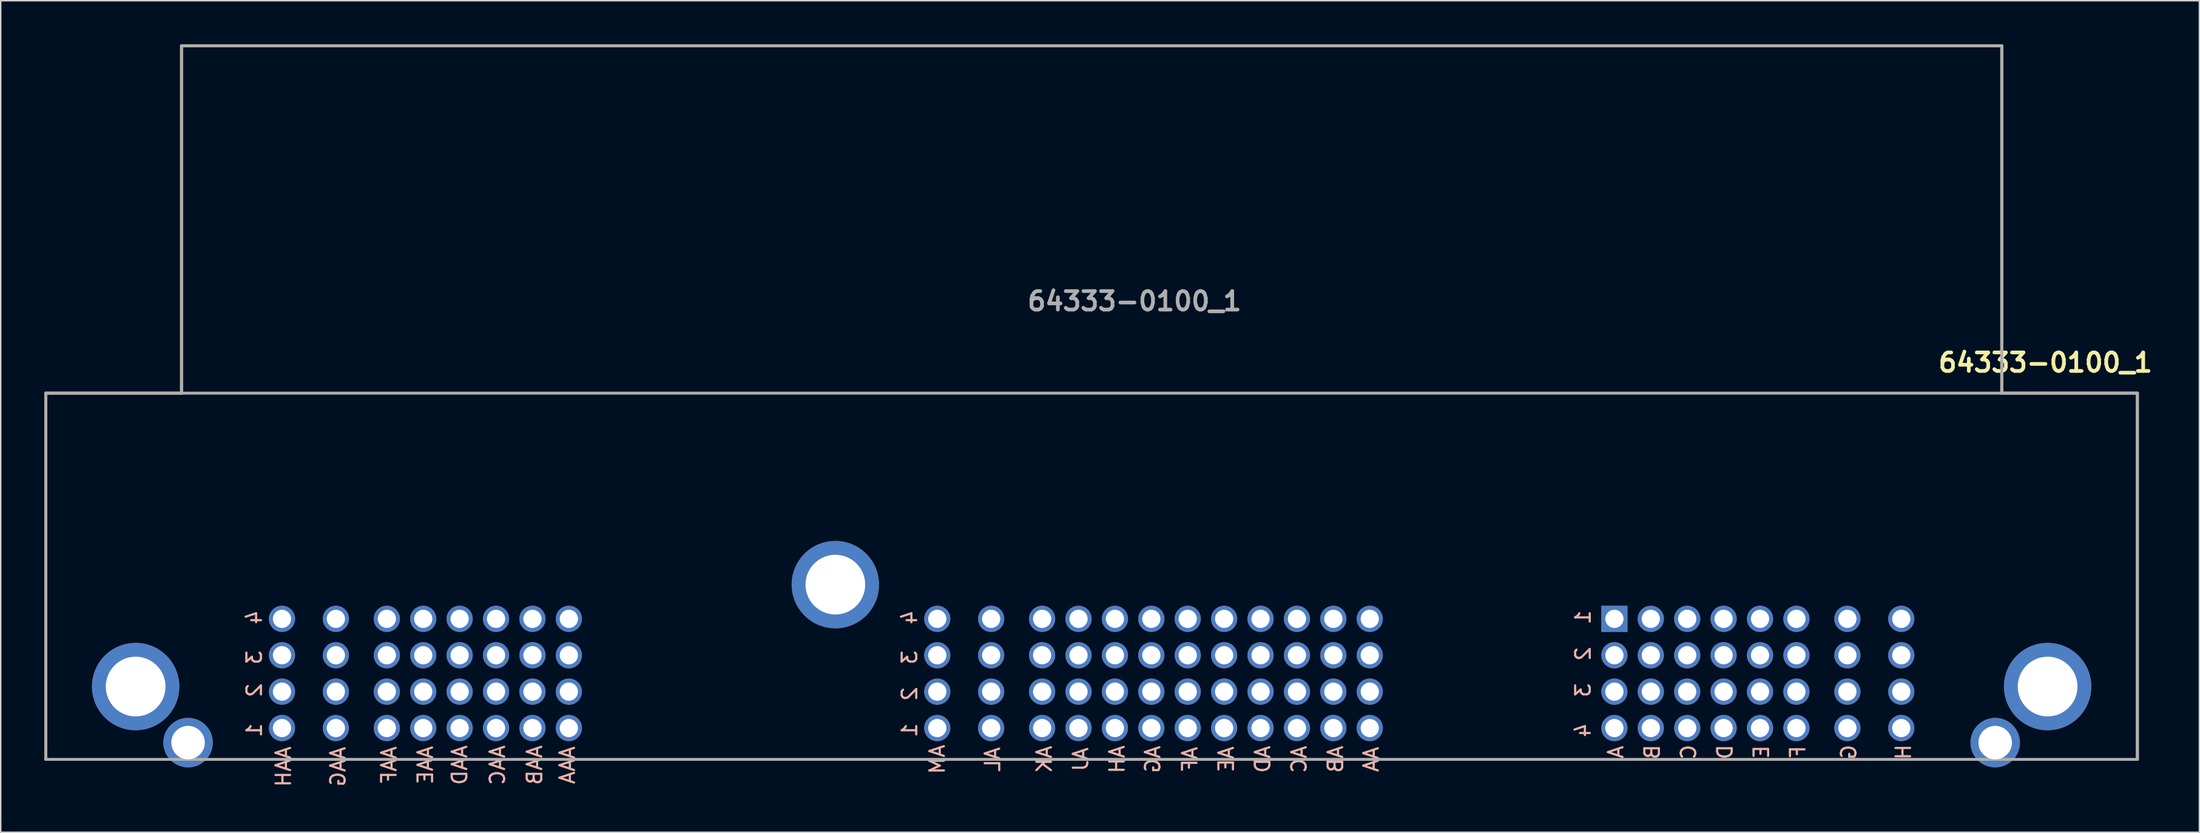
<source format=kicad_pcb>
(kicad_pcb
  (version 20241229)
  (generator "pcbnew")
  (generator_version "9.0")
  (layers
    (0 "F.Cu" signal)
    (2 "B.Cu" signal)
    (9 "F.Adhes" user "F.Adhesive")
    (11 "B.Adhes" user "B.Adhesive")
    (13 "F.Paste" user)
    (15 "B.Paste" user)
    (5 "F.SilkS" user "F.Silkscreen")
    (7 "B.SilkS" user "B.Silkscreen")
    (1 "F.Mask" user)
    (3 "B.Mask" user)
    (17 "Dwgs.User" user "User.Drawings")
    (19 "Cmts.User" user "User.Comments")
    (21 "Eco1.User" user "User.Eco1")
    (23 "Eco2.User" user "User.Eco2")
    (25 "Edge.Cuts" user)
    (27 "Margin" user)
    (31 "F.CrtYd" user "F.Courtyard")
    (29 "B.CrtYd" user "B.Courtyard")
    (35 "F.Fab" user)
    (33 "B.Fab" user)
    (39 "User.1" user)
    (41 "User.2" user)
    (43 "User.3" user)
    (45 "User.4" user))
  (footprint "64333-0100_1"
    (layer "F.Cu")
    (at 75.915 24.1)
    (property "Reference" "64333-0100_1" (at 61.5 -2.25 180) (layer "F.SilkS") (effects (font (size 1.27 1.27) (thickness 0.254))))
    (attr through_hole)
    (fp_line (start -75.815 -0.15) (end -75.815 25) (stroke (width 0.2) (type solid)) (layer "F.SilkS"))
    (fp_line (start -66.5 -24) (end -66.5 -0.15) (stroke (width 0.2) (type solid)) (layer "F.SilkS"))
    (fp_line (start -66.5 -0.15) (end -75.815 -0.15) (stroke (width 0.2) (type solid)) (layer "F.SilkS"))
    (fp_line (start 58.5 -24) (end -66.5 -24) (stroke (width 0.2) (type solid)) (layer "F.SilkS"))
    (fp_line (start 58.5 -0.15) (end 58.5 -24) (stroke (width 0.2) (type solid)) (layer "F.SilkS"))
    (fp_line (start 67.815 -0.15) (end 58.5 -0.15) (stroke (width 0.2) (type solid)) (layer "F.SilkS"))
    (fp_line (start 67.815 25) (end 67.815 -0.15) (stroke (width 0.2) (type solid)) (layer "F.SilkS"))
    (fp_line (start -75.815 -0.15) (end 67.815 -0.15) (stroke (width 0.2) (type solid)) (layer "F.Fab"))
    (fp_line (start -75.815 25) (end -75.815 -0.15) (stroke (width 0.2) (type solid)) (layer "F.Fab"))
    (fp_line (start -66.5 -24) (end -66.5 -0.15) (stroke (width 0.2) (type solid)) (layer "F.Fab"))
    (fp_line (start 58.5 -24) (end -66.5 -24) (stroke (width 0.2) (type solid)) (layer "F.Fab"))
    (fp_line (start 58.5 -0.15) (end 58.5 -24) (stroke (width 0.2) (type solid)) (layer "F.Fab"))
    (fp_line (start 67.815 -0.15) (end 67.815 25) (stroke (width 0.2) (type solid)) (layer "F.Fab"))
    (fp_line (start 67.815 25) (end -75.815 25) (stroke (width 0.2) (type solid)) (layer "F.Fab"))
    (fp_text user "B" (at 34.5 24.5 90) (layer "B.SilkS") (effects (font (size 1 1) (thickness 0.15)) (justify mirror)))
    (fp_text user "C" (at 37 24.5 90) (layer "B.SilkS") (effects (font (size 1 1) (thickness 0.15)) (justify mirror)))
    (fp_text user "AAH" (at -59.5 25.5 270) (layer "B.SilkS") (effects (font (size 1 1) (thickness 0.15)) (justify mirror)))
    (fp_text user "2" (at 29.75 17.75 90) (layer "B.SilkS") (effects (font (size 1 1) (thickness 0.15)) (justify mirror)))
    (fp_text user "AAE" (at -49.75 25.4 90) (layer "B.SilkS") (effects (font (size 1 1) (thickness 0.15)) (justify mirror)))
    (fp_text user "3" (at -61.5 18 90) (layer "B.SilkS") (effects (font (size 1 1) (thickness 0.15)) (justify mirror)))
    (fp_text user "4" (at -61.5 15.25 90) (layer "B.SilkS") (effects (font (size 1 1) (thickness 0.15)) (justify mirror)))
    (fp_text user "AL" (at -10.8 25 90) (layer "B.SilkS") (effects (font (size 1 1) (thickness 0.15)) (justify mirror)))
    (fp_text user "AAA" (at -40 25.4 90) (layer "B.SilkS") (effects (font (size 1 1) (thickness 0.15)) (justify mirror)))
    (fp_text user "G" (at 48 24.5 90) (layer "B.SilkS") (effects (font (size 1 1) (thickness 0.15)) (justify mirror)))
    (fp_text user "E" (at 42 24.5 90) (layer "B.SilkS") (effects (font (size 1 1) (thickness 0.15)) (justify mirror)))
    (fp_text user "AAF" (at -52.25 25.4 90) (layer "B.SilkS") (effects (font (size 1 1) (thickness 0.15)) (justify mirror)))
    (fp_text user "AF" (at 2.75 25 90) (layer "B.SilkS") (effects (font (size 1 1) (thickness 0.15)) (justify mirror)))
    (fp_text user "4" (at 29.75 23 90) (layer "B.SilkS") (effects (font (size 1 1) (thickness 0.15)) (justify mirror)))
    (fp_text user "1" (at -16.5 23 90) (layer "B.SilkS") (effects (font (size 1 1) (thickness 0.15)) (justify mirror)))
    (fp_text user "AE" (at 5.25 25 90) (layer "B.SilkS") (effects (font (size 1 1) (thickness 0.15)) (justify mirror)))
    (fp_text user "A" (at 32 24.5 90) (layer "B.SilkS") (effects (font (size 1 1) (thickness 0.15)) (justify mirror)))
    (fp_text user "AAB" (at -42.25 25.4 90) (layer "B.SilkS") (effects (font (size 1 1) (thickness 0.15)) (justify mirror)))
    (fp_text user "AAG" (at -55.75 25.5 90) (layer "B.SilkS") (effects (font (size 1 1) (thickness 0.15)) (justify mirror)))
    (fp_text user "AK" (at -7.25 25 90) (layer "B.SilkS") (effects (font (size 1 1) (thickness 0.15)) (justify mirror)))
    (fp_text user "F" (at 44.5 24.5 90) (layer "B.SilkS") (effects (font (size 1 1) (thickness 0.15)) (justify mirror)))
    (fp_text user "AAD" (at -47.4 25.4 90) (layer "B.SilkS") (effects (font (size 1 1) (thickness 0.15)) (justify mirror)))
    (fp_text user "AM" (at -14.6 25 90) (layer "B.SilkS") (effects (font (size 1 1) (thickness 0.15)) (justify mirror)))
    (fp_text user "H" (at 51.75 24.5 90) (layer "B.SilkS") (effects (font (size 1 1) (thickness 0.15)) (justify mirror)))
    (fp_text user "2" (at -16.5 20.5 90) (layer "B.SilkS") (effects (font (size 1 1) (thickness 0.15)) (justify mirror)))
    (fp_text user "AH" (at -2.25 25 90) (layer "B.SilkS") (effects (font (size 1 1) (thickness 0.15)) (justify mirror)))
    (fp_text user "AAC" (at -44.8 25.4 90) (layer "B.SilkS") (effects (font (size 1 1) (thickness 0.15)) (justify mirror)))
    (fp_text user "1" (at -61.5 23 90) (layer "B.SilkS") (effects (font (size 1 1) (thickness 0.15)) (justify mirror)))
    (fp_text user "AB" (at 12.75 25 90) (layer "B.SilkS") (effects (font (size 1 1) (thickness 0.15)) (justify mirror)))
    (fp_text user "3" (at 29.75 20.25 90) (layer "B.SilkS") (effects (font (size 1 1) (thickness 0.15)) (justify mirror)))
    (fp_text user "1" (at 29.75 15.25 90) (layer "B.SilkS") (effects (font (size 1 1) (thickness 0.15)) (justify mirror)))
    (fp_text user "AD" (at 7.75 25 90) (layer "B.SilkS") (effects (font (size 1 1) (thickness 0.15)) (justify mirror)))
    (fp_text user "AC" (at 10.25 25 90) (layer "B.SilkS") (effects (font (size 1 1) (thickness 0.15)) (justify mirror)))
    (fp_text user "AG" (at 0.2 25 90) (layer "B.SilkS") (effects (font (size 1 1) (thickness 0.15)) (justify mirror)))
    (fp_text user "3" (at -16.5 18 90) (layer "B.SilkS") (effects (font (size 1 1) (thickness 0.15)) (justify mirror)))
    (fp_text user "AJ" (at -4.75 25 90) (layer "B.SilkS") (effects (font (size 1 1) (thickness 0.15)) (justify mirror)))
    (fp_text user "4" (at -16.5 15.25 90) (layer "B.SilkS") (effects (font (size 1 1) (thickness 0.15)) (justify mirror)))
    (fp_text user "D" (at 39.5 24.5 90) (layer "B.SilkS") (effects (font (size 1 1) (thickness 0.15)) (justify mirror)))
    (fp_text user "2" (at -61.5 20.25 90) (layer "B.SilkS") (effects (font (size 1 1) (thickness 0.15)) (justify mirror)))
    (fp_text user "AA" (at 15.2 25 90) (layer "B.SilkS") (effects (font (size 1 1) (thickness 0.15)) (justify mirror)))
    (fp_text user "${REFERENCE}" (at -1.057 -6.464 180) (layer "F.Fab") (effects (font (size 1.27 1.27) (thickness 0.254))))
    (pad "A1" thru_hole rect (at 31.9 15.35 180) (size 1.8 1.8) (drill 1.25) (layers "*.Cu" "*.Mask"))
    (pad "A2" thru_hole circle (at 31.9 17.85 180) (size 1.8 1.8) (drill 1.25) (layers "*.Cu" "*.Mask"))
    (pad "A3" thru_hole circle (at 31.9 20.35 180) (size 1.8 1.8) (drill 1.25) (layers "*.Cu" "*.Mask"))
    (pad "A4" thru_hole circle (at 31.9 22.85 180) (size 1.8 1.8) (drill 1.25) (layers "*.Cu" "*.Mask"))
    (pad "AA1" thru_hole circle (at 15.1 22.85 180) (size 1.8 1.8) (drill 1.25) (layers "*.Cu" "*.Mask"))
    (pad "AA2" thru_hole circle (at 15.1 20.35 180) (size 1.8 1.8) (drill 1.25) (layers "*.Cu" "*.Mask"))
    (pad "AA3" thru_hole circle (at 15.1 17.85 180) (size 1.8 1.8) (drill 1.25) (layers "*.Cu" "*.Mask"))
    (pad "AA4" thru_hole circle (at 15.1 15.35 180) (size 1.8 1.8) (drill 1.25) (layers "*.Cu" "*.Mask"))
    (pad "AAA1" thru_hole circle (at -39.9 22.85 180) (size 1.8 1.8) (drill 1.25) (layers "*.Cu" "*.Mask"))
    (pad "AAA2" thru_hole circle (at -39.9 20.35 180) (size 1.8 1.8) (drill 1.25) (layers "*.Cu" "*.Mask"))
    (pad "AAA3" thru_hole circle (at -39.9 17.85 180) (size 1.8 1.8) (drill 1.25) (layers "*.Cu" "*.Mask"))
    (pad "AAA4" thru_hole circle (at -39.9 15.35 180) (size 1.8 1.8) (drill 1.25) (layers "*.Cu" "*.Mask"))
    (pad "AAB1" thru_hole circle (at -42.4 22.85 180) (size 1.8 1.8) (drill 1.25) (layers "*.Cu" "*.Mask"))
    (pad "AAB2" thru_hole circle (at -42.4 20.35 180) (size 1.8 1.8) (drill 1.25) (layers "*.Cu" "*.Mask"))
    (pad "AAB3" thru_hole circle (at -42.4 17.85 180) (size 1.8 1.8) (drill 1.25) (layers "*.Cu" "*.Mask"))
    (pad "AAB4" thru_hole circle (at -42.4 15.35 180) (size 1.8 1.8) (drill 1.25) (layers "*.Cu" "*.Mask"))
    (pad "AAC1" thru_hole circle (at -44.9 22.85 180) (size 1.8 1.8) (drill 1.25) (layers "*.Cu" "*.Mask"))
    (pad "AAC2" thru_hole circle (at -44.9 20.35 180) (size 1.8 1.8) (drill 1.25) (layers "*.Cu" "*.Mask"))
    (pad "AAC3" thru_hole circle (at -44.9 17.85 180) (size 1.8 1.8) (drill 1.25) (layers "*.Cu" "*.Mask"))
    (pad "AAC4" thru_hole circle (at -44.9 15.35 180) (size 1.8 1.8) (drill 1.25) (layers "*.Cu" "*.Mask"))
    (pad "AAD1" thru_hole circle (at -47.4 22.85 180) (size 1.8 1.8) (drill 1.25) (layers "*.Cu" "*.Mask"))
    (pad "AAD2" thru_hole circle (at -47.4 20.35 180) (size 1.8 1.8) (drill 1.25) (layers "*.Cu" "*.Mask"))
    (pad "AAD3" thru_hole circle (at -47.4 17.85 180) (size 1.8 1.8) (drill 1.25) (layers "*.Cu" "*.Mask"))
    (pad "AAD4" thru_hole circle (at -47.4 15.35 180) (size 1.8 1.8) (drill 1.25) (layers "*.Cu" "*.Mask"))
    (pad "AAE1" thru_hole circle (at -49.9 22.85 180) (size 1.8 1.8) (drill 1.25) (layers "*.Cu" "*.Mask"))
    (pad "AAE2" thru_hole circle (at -49.9 20.35 180) (size 1.8 1.8) (drill 1.25) (layers "*.Cu" "*.Mask"))
    (pad "AAE3" thru_hole circle (at -49.9 17.85 180) (size 1.8 1.8) (drill 1.25) (layers "*.Cu" "*.Mask"))
    (pad "AAE4" thru_hole circle (at -49.9 15.35 180) (size 1.8 1.8) (drill 1.25) (layers "*.Cu" "*.Mask"))
    (pad "AAF1" thru_hole circle (at -52.4 22.85 180) (size 1.8 1.8) (drill 1.25) (layers "*.Cu" "*.Mask"))
    (pad "AAF2" thru_hole circle (at -52.4 20.35 180) (size 1.8 1.8) (drill 1.25) (layers "*.Cu" "*.Mask"))
    (pad "AAF3" thru_hole circle (at -52.4 17.85 180) (size 1.8 1.8) (drill 1.25) (layers "*.Cu" "*.Mask"))
    (pad "AAF4" thru_hole circle (at -52.4 15.35 180) (size 1.8 1.8) (drill 1.25) (layers "*.Cu" "*.Mask"))
    (pad "AAG1" thru_hole circle (at -55.9 22.85 180) (size 1.8 1.8) (drill 1.25) (layers "*.Cu" "*.Mask"))
    (pad "AAG2" thru_hole circle (at -55.9 20.35 180) (size 1.8 1.8) (drill 1.25) (layers "*.Cu" "*.Mask"))
    (pad "AAG3" thru_hole circle (at -55.9 17.85 180) (size 1.8 1.8) (drill 1.25) (layers "*.Cu" "*.Mask"))
    (pad "AAG4" thru_hole circle (at -55.9 15.35 180) (size 1.8 1.8) (drill 1.25) (layers "*.Cu" "*.Mask"))
    (pad "AAH1" thru_hole circle (at -59.6 22.85 180) (size 1.8 1.8) (drill 1.25) (layers "*.Cu" "*.Mask"))
    (pad "AAH2" thru_hole circle (at -59.6 20.35 180) (size 1.8 1.8) (drill 1.25) (layers "*.Cu" "*.Mask"))
    (pad "AAH3" thru_hole circle (at -59.6 17.85 180) (size 1.8 1.8) (drill 1.25) (layers "*.Cu" "*.Mask"))
    (pad "AAH4" thru_hole circle (at -59.6 15.35 180) (size 1.8 1.8) (drill 1.25) (layers "*.Cu" "*.Mask"))
    (pad "AB1" thru_hole circle (at 12.6 22.85 180) (size 1.8 1.8) (drill 1.25) (layers "*.Cu" "*.Mask"))
    (pad "AB2" thru_hole circle (at 12.6 20.35 180) (size 1.8 1.8) (drill 1.25) (layers "*.Cu" "*.Mask"))
    (pad "AB3" thru_hole circle (at 12.6 17.85 180) (size 1.8 1.8) (drill 1.25) (layers "*.Cu" "*.Mask"))
    (pad "AB4" thru_hole circle (at 12.6 15.35 180) (size 1.8 1.8) (drill 1.25) (layers "*.Cu" "*.Mask"))
    (pad "AC1" thru_hole circle (at 10.1 22.85 180) (size 1.8 1.8) (drill 1.25) (layers "*.Cu" "*.Mask"))
    (pad "AC2" thru_hole circle (at 10.1 20.35 180) (size 1.8 1.8) (drill 1.25) (layers "*.Cu" "*.Mask"))
    (pad "AC3" thru_hole circle (at 10.1 17.85 180) (size 1.8 1.8) (drill 1.25) (layers "*.Cu" "*.Mask"))
    (pad "AC4" thru_hole circle (at 10.1 15.35 180) (size 1.8 1.8) (drill 1.25) (layers "*.Cu" "*.Mask"))
    (pad "AD1" thru_hole circle (at 7.6 22.85 180) (size 1.8 1.8) (drill 1.25) (layers "*.Cu" "*.Mask"))
    (pad "AD2" thru_hole circle (at 7.6 20.35 180) (size 1.8 1.8) (drill 1.25) (layers "*.Cu" "*.Mask"))
    (pad "AD3" thru_hole circle (at 7.6 17.85 180) (size 1.8 1.8) (drill 1.25) (layers "*.Cu" "*.Mask"))
    (pad "AD4" thru_hole circle (at 7.6 15.35 180) (size 1.8 1.8) (drill 1.25) (layers "*.Cu" "*.Mask"))
    (pad "AE1" thru_hole circle (at 5.1 22.85 180) (size 1.8 1.8) (drill 1.25) (layers "*.Cu" "*.Mask"))
    (pad "AE2" thru_hole circle (at 5.1 20.35 180) (size 1.8 1.8) (drill 1.25) (layers "*.Cu" "*.Mask"))
    (pad "AE3" thru_hole circle (at 5.1 17.85 180) (size 1.8 1.8) (drill 1.25) (layers "*.Cu" "*.Mask"))
    (pad "AE4" thru_hole circle (at 5.1 15.35 180) (size 1.8 1.8) (drill 1.25) (layers "*.Cu" "*.Mask"))
    (pad "AF1" thru_hole circle (at 2.6 22.85 180) (size 1.8 1.8) (drill 1.25) (layers "*.Cu" "*.Mask"))
    (pad "AF2" thru_hole circle (at 2.6 20.35 180) (size 1.8 1.8) (drill 1.25) (layers "*.Cu" "*.Mask"))
    (pad "AF3" thru_hole circle (at 2.6 17.85 180) (size 1.8 1.8) (drill 1.25) (layers "*.Cu" "*.Mask"))
    (pad "AF4" thru_hole circle (at 2.6 15.35 180) (size 1.8 1.8) (drill 1.25) (layers "*.Cu" "*.Mask"))
    (pad "AG1" thru_hole circle (at 0.1 22.85 180) (size 1.8 1.8) (drill 1.25) (layers "*.Cu" "*.Mask"))
    (pad "AG2" thru_hole circle (at 0.1 20.35 180) (size 1.8 1.8) (drill 1.25) (layers "*.Cu" "*.Mask"))
    (pad "AG3" thru_hole circle (at 0.1 17.85 180) (size 1.8 1.8) (drill 1.25) (layers "*.Cu" "*.Mask"))
    (pad "AG4" thru_hole circle (at 0.1 15.35 180) (size 1.8 1.8) (drill 1.25) (layers "*.Cu" "*.Mask"))
    (pad "AH1" thru_hole circle (at -2.4 22.85 180) (size 1.8 1.8) (drill 1.25) (layers "*.Cu" "*.Mask"))
    (pad "AH2" thru_hole circle (at -2.4 20.35 180) (size 1.8 1.8) (drill 1.25) (layers "*.Cu" "*.Mask"))
    (pad "AH3" thru_hole circle (at -2.4 17.85 180) (size 1.8 1.8) (drill 1.25) (layers "*.Cu" "*.Mask"))
    (pad "AH4" thru_hole circle (at -2.4 15.35 180) (size 1.8 1.8) (drill 1.25) (layers "*.Cu" "*.Mask"))
    (pad "AJ1" thru_hole circle (at -4.9 22.85 180) (size 1.8 1.8) (drill 1.25) (layers "*.Cu" "*.Mask"))
    (pad "AJ2" thru_hole circle (at -4.9 20.35 180) (size 1.8 1.8) (drill 1.25) (layers "*.Cu" "*.Mask"))
    (pad "AJ3" thru_hole circle (at -4.9 17.85 180) (size 1.8 1.8) (drill 1.25) (layers "*.Cu" "*.Mask"))
    (pad "AJ4" thru_hole circle (at -4.9 15.35 180) (size 1.8 1.8) (drill 1.25) (layers "*.Cu" "*.Mask"))
    (pad "AK1" thru_hole circle (at -7.4 22.85 180) (size 1.8 1.8) (drill 1.25) (layers "*.Cu" "*.Mask"))
    (pad "AK2" thru_hole circle (at -7.4 20.35 180) (size 1.8 1.8) (drill 1.25) (layers "*.Cu" "*.Mask"))
    (pad "AK3" thru_hole circle (at -7.4 17.85 180) (size 1.8 1.8) (drill 1.25) (layers "*.Cu" "*.Mask"))
    (pad "AK4" thru_hole circle (at -7.4 15.35 180) (size 1.8 1.8) (drill 1.25) (layers "*.Cu" "*.Mask"))
    (pad "AL1" thru_hole circle (at -10.9 22.85 180) (size 1.8 1.8) (drill 1.25) (layers "*.Cu" "*.Mask"))
    (pad "AL2" thru_hole circle (at -10.9 20.35 180) (size 1.8 1.8) (drill 1.25) (layers "*.Cu" "*.Mask"))
    (pad "AL3" thru_hole circle (at -10.9 17.85 180) (size 1.8 1.8) (drill 1.25) (layers "*.Cu" "*.Mask"))
    (pad "AL4" thru_hole circle (at -10.9 15.35 180) (size 1.8 1.8) (drill 1.25) (layers "*.Cu" "*.Mask"))
    (pad "AM1" thru_hole circle (at -14.6 22.85 180) (size 1.8 1.8) (drill 1.25) (layers "*.Cu" "*.Mask"))
    (pad "AM2" thru_hole circle (at -14.6 20.35 180) (size 1.8 1.8) (drill 1.25) (layers "*.Cu" "*.Mask"))
    (pad "AM3" thru_hole circle (at -14.6 17.85 180) (size 1.8 1.8) (drill 1.25) (layers "*.Cu" "*.Mask"))
    (pad "AM4" thru_hole circle (at -14.6 15.35 180) (size 1.8 1.8) (drill 1.25) (layers "*.Cu" "*.Mask"))
    (pad "B1" thru_hole circle (at 34.4 15.35 180) (size 1.8 1.8) (drill 1.25) (layers "*.Cu" "*.Mask"))
    (pad "B2" thru_hole circle (at 34.4 17.85 180) (size 1.8 1.8) (drill 1.25) (layers "*.Cu" "*.Mask"))
    (pad "B3" thru_hole circle (at 34.4 20.35 180) (size 1.8 1.8) (drill 1.25) (layers "*.Cu" "*.Mask"))
    (pad "B4" thru_hole circle (at 34.4 22.85 180) (size 1.8 1.8) (drill 1.25) (layers "*.Cu" "*.Mask"))
    (pad "C1" thru_hole circle (at 36.9 15.35 180) (size 1.8 1.8) (drill 1.25) (layers "*.Cu" "*.Mask"))
    (pad "C2" thru_hole circle (at 36.9 17.85 180) (size 1.8 1.8) (drill 1.25) (layers "*.Cu" "*.Mask"))
    (pad "C3" thru_hole circle (at 36.9 20.35 180) (size 1.8 1.8) (drill 1.25) (layers "*.Cu" "*.Mask"))
    (pad "C4" thru_hole circle (at 36.9 22.85 180) (size 1.8 1.8) (drill 1.25) (layers "*.Cu" "*.Mask"))
    (pad "D1" thru_hole circle (at 39.4 15.35 180) (size 1.8 1.8) (drill 1.25) (layers "*.Cu" "*.Mask"))
    (pad "D2" thru_hole circle (at 39.4 17.85 180) (size 1.8 1.8) (drill 1.25) (layers "*.Cu" "*.Mask"))
    (pad "D3" thru_hole circle (at 39.4 20.35 180) (size 1.8 1.8) (drill 1.25) (layers "*.Cu" "*.Mask"))
    (pad "D4" thru_hole circle (at 39.4 22.85 180) (size 1.8 1.8) (drill 1.25) (layers "*.Cu" "*.Mask"))
    (pad "E1" thru_hole circle (at 41.9 15.35 180) (size 1.8 1.8) (drill 1.25) (layers "*.Cu" "*.Mask"))
    (pad "E2" thru_hole circle (at 41.9 17.85 180) (size 1.8 1.8) (drill 1.25) (layers "*.Cu" "*.Mask"))
    (pad "E3" thru_hole circle (at 41.9 20.35 180) (size 1.8 1.8) (drill 1.25) (layers "*.Cu" "*.Mask"))
    (pad "E4" thru_hole circle (at 41.9 22.85 180) (size 1.8 1.8) (drill 1.25) (layers "*.Cu" "*.Mask"))
    (pad "F1" thru_hole circle (at 44.4 15.35 180) (size 1.8 1.8) (drill 1.25) (layers "*.Cu" "*.Mask"))
    (pad "F2" thru_hole circle (at 44.4 17.85 180) (size 1.8 1.8) (drill 1.25) (layers "*.Cu" "*.Mask"))
    (pad "F3" thru_hole circle (at 44.4 20.35 180) (size 1.8 1.8) (drill 1.25) (layers "*.Cu" "*.Mask"))
    (pad "F4" thru_hole circle (at 44.4 22.85 180) (size 1.8 1.8) (drill 1.25) (layers "*.Cu" "*.Mask"))
    (pad "G1" thru_hole circle (at 47.9 15.35 180) (size 1.8 1.8) (drill 1.25) (layers "*.Cu" "*.Mask"))
    (pad "G2" thru_hole circle (at 47.9 17.85 180) (size 1.8 1.8) (drill 1.25) (layers "*.Cu" "*.Mask"))
    (pad "G3" thru_hole circle (at 47.9 20.35 180) (size 1.8 1.8) (drill 1.25) (layers "*.Cu" "*.Mask"))
    (pad "G4" thru_hole circle (at 47.9 22.85 180) (size 1.8 1.8) (drill 1.25) (layers "*.Cu" "*.Mask"))
    (pad "H1" thru_hole circle (at 51.6 15.35 180) (size 1.8 1.8) (drill 1.25) (layers "*.Cu" "*.Mask"))
    (pad "H2" thru_hole circle (at 51.6 17.85 180) (size 1.8 1.8) (drill 1.25) (layers "*.Cu" "*.Mask"))
    (pad "H3" thru_hole circle (at 51.6 20.35 180) (size 1.8 1.8) (drill 1.25) (layers "*.Cu" "*.Mask"))
    (pad "H4" thru_hole circle (at 51.6 22.85 180) (size 1.8 1.8) (drill 1.25) (layers "*.Cu" "*.Mask"))
    (pad "MH1" thru_hole circle (at -69.65 20 180) (size 6 6) (drill 4.1) (layers "*.Cu" "*.Mask"))
    (pad "MH2" thru_hole circle (at -21.6 13 180) (size 6 6) (drill 4.1) (layers "*.Cu" "*.Mask"))
    (pad "MH3" thru_hole circle (at 61.65 20 180) (size 6 6) (drill 4.1) (layers "*.Cu" "*.Mask"))
    (pad "MH4" thru_hole circle (at 58.05 23.85 180) (size 3.4 3.4) (drill 2.3) (layers "*.Cu" "*.Mask"))
    (pad "MH5" thru_hole circle (at -66.05 23.85 180) (size 3.4 3.4) (drill 2.3) (layers "*.Cu" "*.Mask")))
  (gr_rect
    (start -3 -3)
    (end 147.987 54.106)
    (stroke (width 0.1) (type default))
    (fill no)
    (layer "Edge.Cuts")))
</source>
